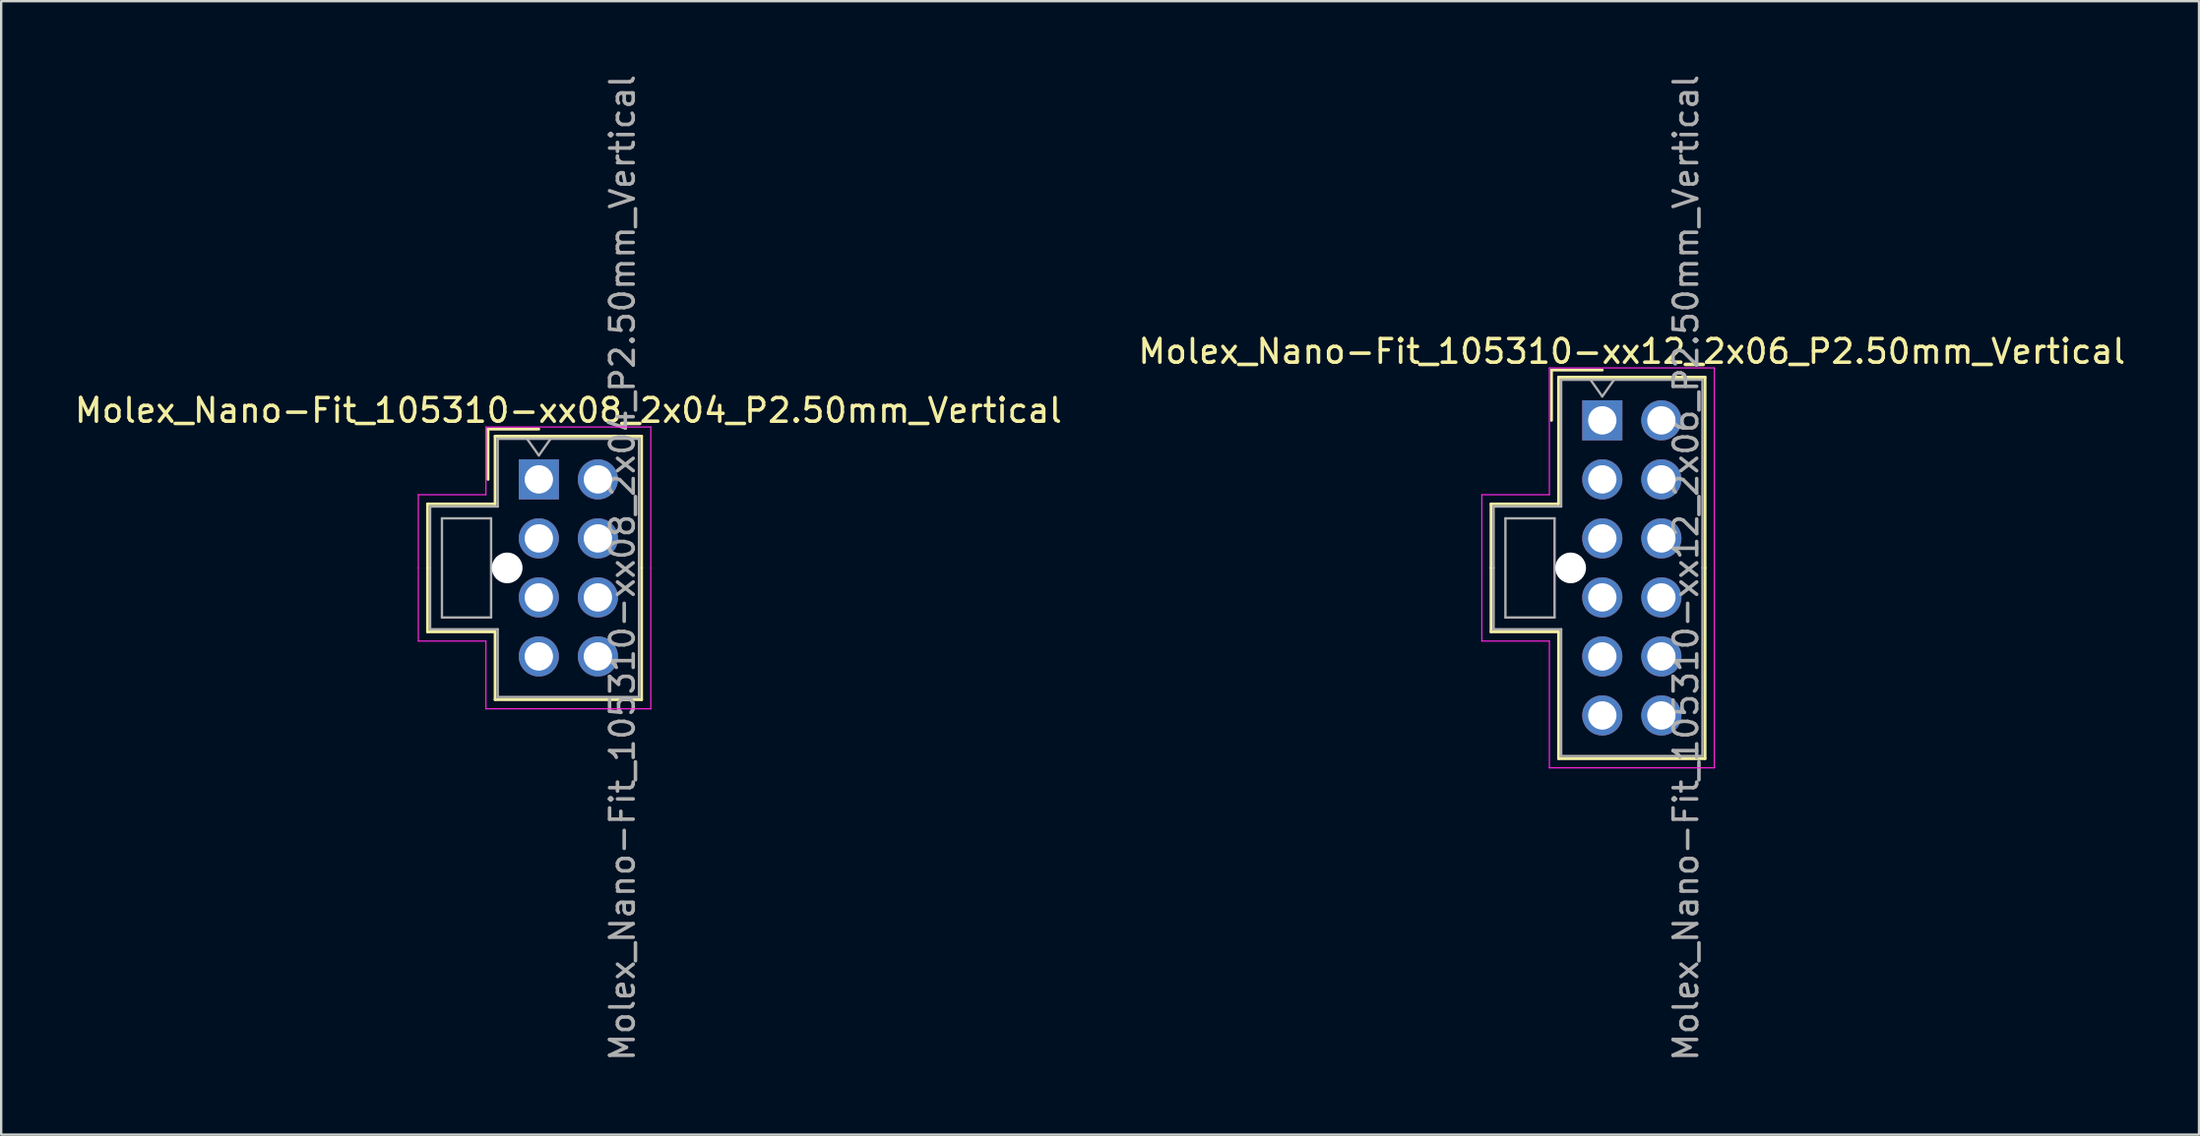
<source format=kicad_pcb>
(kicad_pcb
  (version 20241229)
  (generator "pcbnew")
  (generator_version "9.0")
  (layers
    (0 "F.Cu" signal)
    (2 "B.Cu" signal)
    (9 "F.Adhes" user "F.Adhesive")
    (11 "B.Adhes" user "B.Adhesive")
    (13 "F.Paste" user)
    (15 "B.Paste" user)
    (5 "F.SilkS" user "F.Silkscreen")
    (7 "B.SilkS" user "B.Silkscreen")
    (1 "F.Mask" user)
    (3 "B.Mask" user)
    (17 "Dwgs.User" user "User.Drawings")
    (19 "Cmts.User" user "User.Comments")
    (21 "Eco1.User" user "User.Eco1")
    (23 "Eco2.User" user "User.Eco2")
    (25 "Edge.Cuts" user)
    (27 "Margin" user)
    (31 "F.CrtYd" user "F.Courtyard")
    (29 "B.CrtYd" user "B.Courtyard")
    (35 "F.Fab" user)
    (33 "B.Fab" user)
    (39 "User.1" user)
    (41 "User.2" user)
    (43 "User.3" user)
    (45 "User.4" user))
  (footprint "Molex_Nano-Fit_105310-xx08_2x04_P2.50mm_Vertical"
    (layer "F.Cu")
    (at 19.756 17.256)
    (property "Reference" "Molex_Nano-Fit_105310-xx08_2x04_P2.50mm_Vertical" (at 1.25 -2.92 0) (layer "F.SilkS") (effects (font (size 1 1) (thickness 0.15))))
    (attr through_hole)
    (fp_line (start -4.71 1.04) (end -4.71 3.75) (stroke (width 0.12) (type solid)) (layer "F.SilkS"))
    (fp_line (start -4.71 6.46) (end -4.71 3.75) (stroke (width 0.12) (type solid)) (layer "F.SilkS"))
    (fp_line (start -2.15 -2.13) (end -2.15 0) (stroke (width 0.12) (type solid)) (layer "F.SilkS"))
    (fp_line (start -1.85 -1.83) (end -1.85 1.04) (stroke (width 0.12) (type solid)) (layer "F.SilkS"))
    (fp_line (start -1.85 1.04) (end -4.71 1.04) (stroke (width 0.12) (type solid)) (layer "F.SilkS"))
    (fp_line (start -1.85 6.46) (end -4.71 6.46) (stroke (width 0.12) (type solid)) (layer "F.SilkS"))
    (fp_line (start -1.85 9.33) (end -1.85 6.46) (stroke (width 0.12) (type solid)) (layer "F.SilkS"))
    (fp_line (start 0 -2.13) (end -2.15 -2.13) (stroke (width 0.12) (type solid)) (layer "F.SilkS"))
    (fp_line (start 4.35 -1.83) (end -1.85 -1.83) (stroke (width 0.12) (type solid)) (layer "F.SilkS"))
    (fp_line (start 4.35 3.75) (end 4.35 -1.83) (stroke (width 0.12) (type solid)) (layer "F.SilkS"))
    (fp_line (start 4.35 3.75) (end 4.35 9.33) (stroke (width 0.12) (type solid)) (layer "F.SilkS"))
    (fp_line (start 4.35 9.33) (end -1.85 9.33) (stroke (width 0.12) (type solid)) (layer "F.SilkS"))
    (fp_line (start -5.1 0.65) (end -5.1 3.75) (stroke (width 0.05) (type solid)) (layer "F.CrtYd"))
    (fp_line (start -5.1 6.85) (end -5.1 3.75) (stroke (width 0.05) (type solid)) (layer "F.CrtYd"))
    (fp_line (start -2.24 -2.22) (end -2.24 0.65) (stroke (width 0.05) (type solid)) (layer "F.CrtYd"))
    (fp_line (start -2.24 0.65) (end -5.1 0.65) (stroke (width 0.05) (type solid)) (layer "F.CrtYd"))
    (fp_line (start -2.24 6.85) (end -5.1 6.85) (stroke (width 0.05) (type solid)) (layer "F.CrtYd"))
    (fp_line (start -2.24 9.72) (end -2.24 6.85) (stroke (width 0.05) (type solid)) (layer "F.CrtYd"))
    (fp_line (start 4.74 -2.22) (end -2.24 -2.22) (stroke (width 0.05) (type solid)) (layer "F.CrtYd"))
    (fp_line (start 4.74 3.75) (end 4.74 -2.22) (stroke (width 0.05) (type solid)) (layer "F.CrtYd"))
    (fp_line (start 4.74 3.75) (end 4.74 9.72) (stroke (width 0.05) (type solid)) (layer "F.CrtYd"))
    (fp_line (start 4.74 9.72) (end -2.24 9.72) (stroke (width 0.05) (type solid)) (layer "F.CrtYd"))
    (fp_line (start -4.6 1.15) (end -4.6 3.75) (stroke (width 0.1) (type solid)) (layer "F.Fab"))
    (fp_line (start -4.6 6.35) (end -4.6 3.75) (stroke (width 0.1) (type solid)) (layer "F.Fab"))
    (fp_line (start -4.1 1.65) (end -4.1 5.85) (stroke (width 0.1) (type solid)) (layer "F.Fab"))
    (fp_line (start -4.1 5.85) (end -2.02 5.85) (stroke (width 0.1) (type solid)) (layer "F.Fab"))
    (fp_line (start -2.02 1.65) (end -4.1 1.65) (stroke (width 0.1) (type solid)) (layer "F.Fab"))
    (fp_line (start -2.02 5.85) (end -2.02 1.65) (stroke (width 0.1) (type solid)) (layer "F.Fab"))
    (fp_line (start -1.74 -1.72) (end -1.74 1.15) (stroke (width 0.1) (type solid)) (layer "F.Fab"))
    (fp_line (start -1.74 1.15) (end -4.6 1.15) (stroke (width 0.1) (type solid)) (layer "F.Fab"))
    (fp_line (start -1.74 6.35) (end -4.6 6.35) (stroke (width 0.1) (type solid)) (layer "F.Fab"))
    (fp_line (start -1.74 9.22) (end -1.74 6.35) (stroke (width 0.1) (type solid)) (layer "F.Fab"))
    (fp_line (start -0.5 -1.72) (end 0 -1.013) (stroke (width 0.1) (type solid)) (layer "F.Fab"))
    (fp_line (start 0 -1.013) (end 0.5 -1.72) (stroke (width 0.1) (type solid)) (layer "F.Fab"))
    (fp_line (start 4.24 -1.72) (end -1.74 -1.72) (stroke (width 0.1) (type solid)) (layer "F.Fab"))
    (fp_line (start 4.24 3.75) (end 4.24 -1.72) (stroke (width 0.1) (type solid)) (layer "F.Fab"))
    (fp_line (start 4.24 3.75) (end 4.24 9.22) (stroke (width 0.1) (type solid)) (layer "F.Fab"))
    (fp_line (start 4.24 9.22) (end -1.74 9.22) (stroke (width 0.1) (type solid)) (layer "F.Fab"))
    (fp_text user "${REFERENCE}" (at 3.54 3.75 90) (layer "F.Fab") (effects (font (size 1 1) (thickness 0.15))))
    (pad "" np_thru_hole circle (at -1.34 3.75) (size 1.3 1.3) (drill 1.3) (layers "*.Cu" "*.Mask"))
    (pad "1" thru_hole rect (at 0 0) (size 1.7 1.7) (drill 1.2) (layers "*.Cu" "*.Mask"))
    (pad "2" thru_hole circle (at 0 2.5) (size 1.7 1.7) (drill 1.2) (layers "*.Cu" "*.Mask"))
    (pad "3" thru_hole circle (at 0 5) (size 1.7 1.7) (drill 1.2) (layers "*.Cu" "*.Mask"))
    (pad "4" thru_hole circle (at 0 7.5) (size 1.7 1.7) (drill 1.2) (layers "*.Cu" "*.Mask"))
    (pad "5" thru_hole circle (at 2.5 0) (size 1.7 1.7) (drill 1.2) (layers "*.Cu" "*.Mask"))
    (pad "6" thru_hole circle (at 2.5 2.5) (size 1.7 1.7) (drill 1.2) (layers "*.Cu" "*.Mask"))
    (pad "7" thru_hole circle (at 2.5 5) (size 1.7 1.7) (drill 1.2) (layers "*.Cu" "*.Mask"))
    (pad "8" thru_hole circle (at 2.5 7.5) (size 1.7 1.7) (drill 1.2) (layers "*.Cu" "*.Mask")))
  (footprint "Molex_Nano-Fit_105310-xx12_2x06_P2.50mm_Vertical"
    (layer "F.Cu")
    (at 64.768 14.756)
    (property "Reference" "Molex_Nano-Fit_105310-xx12_2x06_P2.50mm_Vertical" (at 1.25 -2.92 0) (layer "F.SilkS") (effects (font (size 1 1) (thickness 0.15))))
    (attr through_hole)
    (fp_line (start -4.71 3.54) (end -4.71 6.25) (stroke (width 0.12) (type solid)) (layer "F.SilkS"))
    (fp_line (start -4.71 8.96) (end -4.71 6.25) (stroke (width 0.12) (type solid)) (layer "F.SilkS"))
    (fp_line (start -2.15 -2.13) (end -2.15 0) (stroke (width 0.12) (type solid)) (layer "F.SilkS"))
    (fp_line (start -1.85 -1.83) (end -1.85 3.54) (stroke (width 0.12) (type solid)) (layer "F.SilkS"))
    (fp_line (start -1.85 3.54) (end -4.71 3.54) (stroke (width 0.12) (type solid)) (layer "F.SilkS"))
    (fp_line (start -1.85 8.96) (end -4.71 8.96) (stroke (width 0.12) (type solid)) (layer "F.SilkS"))
    (fp_line (start -1.85 14.33) (end -1.85 8.96) (stroke (width 0.12) (type solid)) (layer "F.SilkS"))
    (fp_line (start 0 -2.13) (end -2.15 -2.13) (stroke (width 0.12) (type solid)) (layer "F.SilkS"))
    (fp_line (start 4.35 -1.83) (end -1.85 -1.83) (stroke (width 0.12) (type solid)) (layer "F.SilkS"))
    (fp_line (start 4.35 6.25) (end 4.35 -1.83) (stroke (width 0.12) (type solid)) (layer "F.SilkS"))
    (fp_line (start 4.35 6.25) (end 4.35 14.33) (stroke (width 0.12) (type solid)) (layer "F.SilkS"))
    (fp_line (start 4.35 14.33) (end -1.85 14.33) (stroke (width 0.12) (type solid)) (layer "F.SilkS"))
    (fp_line (start -5.1 3.15) (end -5.1 6.25) (stroke (width 0.05) (type solid)) (layer "F.CrtYd"))
    (fp_line (start -5.1 9.35) (end -5.1 6.25) (stroke (width 0.05) (type solid)) (layer "F.CrtYd"))
    (fp_line (start -2.24 -2.22) (end -2.24 3.15) (stroke (width 0.05) (type solid)) (layer "F.CrtYd"))
    (fp_line (start -2.24 3.15) (end -5.1 3.15) (stroke (width 0.05) (type solid)) (layer "F.CrtYd"))
    (fp_line (start -2.24 9.35) (end -5.1 9.35) (stroke (width 0.05) (type solid)) (layer "F.CrtYd"))
    (fp_line (start -2.24 14.72) (end -2.24 9.35) (stroke (width 0.05) (type solid)) (layer "F.CrtYd"))
    (fp_line (start 4.74 -2.22) (end -2.24 -2.22) (stroke (width 0.05) (type solid)) (layer "F.CrtYd"))
    (fp_line (start 4.74 6.25) (end 4.74 -2.22) (stroke (width 0.05) (type solid)) (layer "F.CrtYd"))
    (fp_line (start 4.74 6.25) (end 4.74 14.72) (stroke (width 0.05) (type solid)) (layer "F.CrtYd"))
    (fp_line (start 4.74 14.72) (end -2.24 14.72) (stroke (width 0.05) (type solid)) (layer "F.CrtYd"))
    (fp_line (start -4.6 3.65) (end -4.6 6.25) (stroke (width 0.1) (type solid)) (layer "F.Fab"))
    (fp_line (start -4.6 8.85) (end -4.6 6.25) (stroke (width 0.1) (type solid)) (layer "F.Fab"))
    (fp_line (start -4.1 4.15) (end -4.1 8.35) (stroke (width 0.1) (type solid)) (layer "F.Fab"))
    (fp_line (start -4.1 8.35) (end -2.02 8.35) (stroke (width 0.1) (type solid)) (layer "F.Fab"))
    (fp_line (start -2.02 4.15) (end -4.1 4.15) (stroke (width 0.1) (type solid)) (layer "F.Fab"))
    (fp_line (start -2.02 8.35) (end -2.02 4.15) (stroke (width 0.1) (type solid)) (layer "F.Fab"))
    (fp_line (start -1.74 -1.72) (end -1.74 3.65) (stroke (width 0.1) (type solid)) (layer "F.Fab"))
    (fp_line (start -1.74 3.65) (end -4.6 3.65) (stroke (width 0.1) (type solid)) (layer "F.Fab"))
    (fp_line (start -1.74 8.85) (end -4.6 8.85) (stroke (width 0.1) (type solid)) (layer "F.Fab"))
    (fp_line (start -1.74 14.22) (end -1.74 8.85) (stroke (width 0.1) (type solid)) (layer "F.Fab"))
    (fp_line (start -0.5 -1.72) (end 0 -1.013) (stroke (width 0.1) (type solid)) (layer "F.Fab"))
    (fp_line (start 0 -1.013) (end 0.5 -1.72) (stroke (width 0.1) (type solid)) (layer "F.Fab"))
    (fp_line (start 4.24 -1.72) (end -1.74 -1.72) (stroke (width 0.1) (type solid)) (layer "F.Fab"))
    (fp_line (start 4.24 6.25) (end 4.24 -1.72) (stroke (width 0.1) (type solid)) (layer "F.Fab"))
    (fp_line (start 4.24 6.25) (end 4.24 14.22) (stroke (width 0.1) (type solid)) (layer "F.Fab"))
    (fp_line (start 4.24 14.22) (end -1.74 14.22) (stroke (width 0.1) (type solid)) (layer "F.Fab"))
    (fp_text user "${REFERENCE}" (at 3.54 6.25 90) (layer "F.Fab") (effects (font (size 1 1) (thickness 0.15))))
    (pad "" np_thru_hole circle (at -1.34 6.25) (size 1.3 1.3) (drill 1.3) (layers "*.Cu" "*.Mask"))
    (pad "1" thru_hole rect (at 0 0) (size 1.7 1.7) (drill 1.2) (layers "*.Cu" "*.Mask"))
    (pad "2" thru_hole circle (at 0 2.5) (size 1.7 1.7) (drill 1.2) (layers "*.Cu" "*.Mask"))
    (pad "3" thru_hole circle (at 0 5) (size 1.7 1.7) (drill 1.2) (layers "*.Cu" "*.Mask"))
    (pad "4" thru_hole circle (at 0 7.5) (size 1.7 1.7) (drill 1.2) (layers "*.Cu" "*.Mask"))
    (pad "5" thru_hole circle (at 0 10) (size 1.7 1.7) (drill 1.2) (layers "*.Cu" "*.Mask"))
    (pad "6" thru_hole circle (at 0 12.5) (size 1.7 1.7) (drill 1.2) (layers "*.Cu" "*.Mask"))
    (pad "7" thru_hole circle (at 2.5 0) (size 1.7 1.7) (drill 1.2) (layers "*.Cu" "*.Mask"))
    (pad "8" thru_hole circle (at 2.5 2.5) (size 1.7 1.7) (drill 1.2) (layers "*.Cu" "*.Mask"))
    (pad "9" thru_hole circle (at 2.5 5) (size 1.7 1.7) (drill 1.2) (layers "*.Cu" "*.Mask"))
    (pad "10" thru_hole circle (at 2.5 7.5) (size 1.7 1.7) (drill 1.2) (layers "*.Cu" "*.Mask"))
    (pad "11" thru_hole circle (at 2.5 10) (size 1.7 1.7) (drill 1.2) (layers "*.Cu" "*.Mask"))
    (pad "12" thru_hole circle (at 2.5 12.5) (size 1.7 1.7) (drill 1.2) (layers "*.Cu" "*.Mask")))
  (gr_rect
    (start -3 -3)
    (end 90.024 45.012)
    (stroke (width 0.1) (type default))
    (fill no)
    (layer "Edge.Cuts")))
</source>
